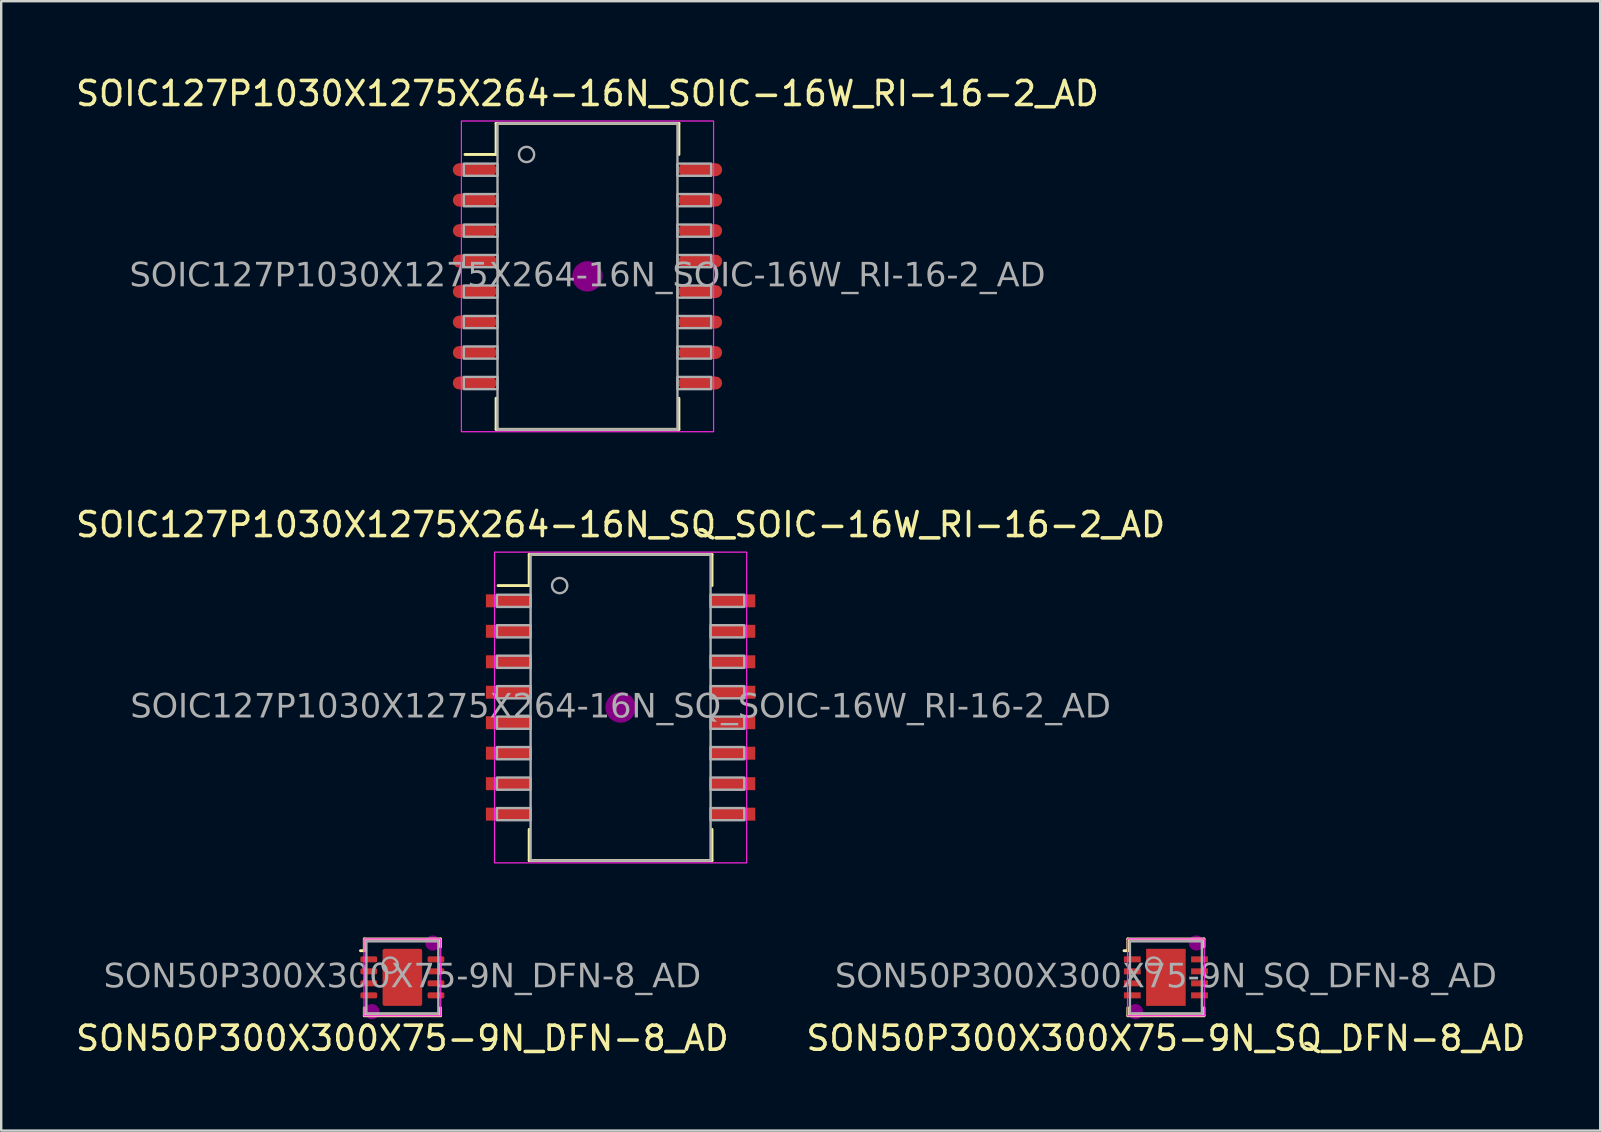
<source format=kicad_pcb>
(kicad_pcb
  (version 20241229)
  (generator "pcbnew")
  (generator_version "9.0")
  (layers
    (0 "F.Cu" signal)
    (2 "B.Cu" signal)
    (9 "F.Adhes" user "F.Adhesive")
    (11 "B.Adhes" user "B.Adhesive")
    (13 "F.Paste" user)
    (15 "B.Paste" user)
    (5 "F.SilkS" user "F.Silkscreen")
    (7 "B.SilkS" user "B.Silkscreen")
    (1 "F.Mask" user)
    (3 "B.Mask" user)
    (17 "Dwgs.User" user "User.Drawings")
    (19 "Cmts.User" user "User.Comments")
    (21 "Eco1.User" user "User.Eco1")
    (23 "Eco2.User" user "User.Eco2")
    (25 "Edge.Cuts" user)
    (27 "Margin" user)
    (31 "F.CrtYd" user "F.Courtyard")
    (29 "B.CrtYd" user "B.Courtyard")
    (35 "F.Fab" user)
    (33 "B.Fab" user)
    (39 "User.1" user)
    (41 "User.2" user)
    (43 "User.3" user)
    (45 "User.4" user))
  (footprint "SOIC127P1030X1275X264-16N_SQ_SOIC-16W_RI-16-2_AD"
    (layer "F.Cu")
    (at 22.815 26.436)
    (property "Reference" "SOIC127P1030X1275X264-16N_SQ_SOIC-16W_RI-16-2_AD" (at 0 -7.62 0) (layer "F.SilkS") (effects (font (size 1 1) (thickness 0.15))))
    (attr smd)
    (fp_line (start -3.81 -5.08) (end -5.105 -5.08) (stroke (width 0.12) (type solid)) (layer "F.SilkS"))
    (fp_line (start -3.81 -5.08) (end -3.81 -6.375) (stroke (width 0.12) (type solid)) (layer "F.SilkS"))
    (fp_line (start -3.81 5.08) (end -3.81 6.375) (stroke (width 0.12) (type solid)) (layer "F.SilkS"))
    (fp_line (start 3.81 -6.375) (end -3.81 -6.375) (stroke (width 0.12) (type solid)) (layer "F.SilkS"))
    (fp_line (start 3.81 -5.08) (end 3.81 -6.375) (stroke (width 0.12) (type solid)) (layer "F.SilkS"))
    (fp_line (start 3.81 5.08) (end 3.81 6.375) (stroke (width 0.12) (type solid)) (layer "F.SilkS"))
    (fp_line (start 3.81 6.375) (end -3.81 6.375) (stroke (width 0.12) (type solid)) (layer "F.SilkS"))
    (fp_circle (center 0 0) (end 0.635 0) (stroke (width 0) (type solid)) (fill yes) (layer "F.Adhes"))
    (fp_rect (start -5.255 -6.475) (end 5.255 6.475) (stroke (width 0.05) (type default)) (fill no) (layer "F.CrtYd"))
    (fp_rect (start -5.155 -4.699) (end -3.75 -4.191) (stroke (width 0.1) (type solid)) (fill no) (layer "F.Fab"))
    (fp_rect (start -5.155 -3.429) (end -3.75 -2.921) (stroke (width 0.1) (type solid)) (fill no) (layer "F.Fab"))
    (fp_rect (start -5.155 -2.159) (end -3.75 -1.651) (stroke (width 0.1) (type solid)) (fill no) (layer "F.Fab"))
    (fp_rect (start -5.155 -0.889) (end -3.75 -0.381) (stroke (width 0.1) (type solid)) (fill no) (layer "F.Fab"))
    (fp_rect (start -5.155 0.381) (end -3.75 0.889) (stroke (width 0.1) (type solid)) (fill no) (layer "F.Fab"))
    (fp_rect (start -5.155 1.651) (end -3.75 2.159) (stroke (width 0.1) (type solid)) (fill no) (layer "F.Fab"))
    (fp_rect (start -5.155 2.921) (end -3.75 3.429) (stroke (width 0.1) (type solid)) (fill no) (layer "F.Fab"))
    (fp_rect (start -5.155 4.191) (end -3.75 4.699) (stroke (width 0.1) (type solid)) (fill no) (layer "F.Fab"))
    (fp_rect (start -3.75 -6.375) (end 3.75 6.375) (stroke (width 0.1) (type default)) (fill no) (layer "F.Fab"))
    (fp_rect (start 3.75 -4.191) (end 5.155 -4.699) (stroke (width 0.1) (type solid)) (fill no) (layer "F.Fab"))
    (fp_rect (start 3.75 -2.921) (end 5.155 -3.429) (stroke (width 0.1) (type solid)) (fill no) (layer "F.Fab"))
    (fp_rect (start 3.75 -1.651) (end 5.155 -2.159) (stroke (width 0.1) (type solid)) (fill no) (layer "F.Fab"))
    (fp_rect (start 3.75 -0.381) (end 5.155 -0.889) (stroke (width 0.1) (type solid)) (fill no) (layer "F.Fab"))
    (fp_rect (start 3.75 0.889) (end 5.155 0.381) (stroke (width 0.1) (type solid)) (fill no) (layer "F.Fab"))
    (fp_rect (start 3.75 2.159) (end 5.155 1.651) (stroke (width 0.1) (type solid)) (fill no) (layer "F.Fab"))
    (fp_rect (start 3.75 3.429) (end 5.155 2.921) (stroke (width 0.1) (type solid)) (fill no) (layer "F.Fab"))
    (fp_rect (start 3.75 4.699) (end 5.155 4.191) (stroke (width 0.1) (type solid)) (fill no) (layer "F.Fab"))
    (fp_circle (center -2.54 -5.08) (end -2.223 -5.08) (stroke (width 0.1) (type solid)) (fill no) (layer "F.Fab"))
    (fp_text user "${REFERENCE}" (at 0 0 0) (layer "F.Fab") (effects (font (face "Tahoma") (size 1 1) (thickness 0.15))))
    (pad "1" smd rect (at -4.699 -4.445) (size 1.829 0.54) (layers "F.Cu" "F.Mask" "F.Paste"))
    (pad "2" smd rect (at -4.699 -3.175) (size 1.829 0.54) (layers "F.Cu" "F.Mask" "F.Paste"))
    (pad "3" smd rect (at -4.699 -1.905) (size 1.829 0.54) (layers "F.Cu" "F.Mask" "F.Paste"))
    (pad "4" smd rect (at -4.699 -0.635) (size 1.829 0.54) (layers "F.Cu" "F.Mask" "F.Paste"))
    (pad "5" smd rect (at -4.699 0.635) (size 1.829 0.54) (layers "F.Cu" "F.Mask" "F.Paste"))
    (pad "6" smd rect (at -4.699 1.905) (size 1.829 0.54) (layers "F.Cu" "F.Mask" "F.Paste"))
    (pad "7" smd rect (at -4.699 3.175) (size 1.829 0.54) (layers "F.Cu" "F.Mask" "F.Paste"))
    (pad "8" smd rect (at -4.699 4.445) (size 1.829 0.54) (layers "F.Cu" "F.Mask" "F.Paste"))
    (pad "9" smd rect (at 4.699 4.445) (size 1.829 0.54) (layers "F.Cu" "F.Mask" "F.Paste"))
    (pad "10" smd rect (at 4.699 3.175) (size 1.829 0.54) (layers "F.Cu" "F.Mask" "F.Paste"))
    (pad "11" smd rect (at 4.699 1.905) (size 1.829 0.54) (layers "F.Cu" "F.Mask" "F.Paste"))
    (pad "12" smd rect (at 4.699 0.635) (size 1.829 0.54) (layers "F.Cu" "F.Mask" "F.Paste"))
    (pad "13" smd rect (at 4.699 -0.635) (size 1.829 0.54) (layers "F.Cu" "F.Mask" "F.Paste"))
    (pad "14" smd rect (at 4.699 -1.905) (size 1.829 0.54) (layers "F.Cu" "F.Mask" "F.Paste"))
    (pad "15" smd rect (at 4.699 -3.175) (size 1.829 0.54) (layers "F.Cu" "F.Mask" "F.Paste"))
    (pad "16" smd rect (at 4.699 -4.445) (size 1.829 0.54) (layers "F.Cu" "F.Mask" "F.Paste")))
  (footprint "SON50P300X300X75-9N_DFN-8_AD"
    (layer "F.Cu")
    (at 13.72 37.683)
    (property "Reference" "SON50P300X300X75-9N_DFN-8_AD" (at 0 2.54 0) (layer "F.SilkS") (effects (font (size 1 1) (thickness 0.15))))
    (attr smd)
    (fp_line (start -1.746 -1.111) (end -1.587 -1.111) (stroke (width 0.12) (type solid)) (layer "F.SilkS"))
    (fp_line (start -1.587 -1.6) (end -1.587 -1.111) (stroke (width 0.12) (type solid)) (layer "F.SilkS"))
    (fp_line (start -1.587 1.6) (end -1.587 1.27) (stroke (width 0.12) (type solid)) (layer "F.SilkS"))
    (fp_line (start -1.587 1.6) (end 1.587 1.6) (stroke (width 0.12) (type solid)) (layer "F.SilkS"))
    (fp_line (start 1.587 -1.6) (end -1.587 -1.6) (stroke (width 0.12) (type solid)) (layer "F.SilkS"))
    (fp_line (start 1.587 -1.6) (end 1.588 -1.27) (stroke (width 0.12) (type solid)) (layer "F.SilkS"))
    (fp_line (start 1.587 1.6) (end 1.587 1.27) (stroke (width 0.12) (type solid)) (layer "F.SilkS"))
    (fp_circle (center -1.27 1.429) (end -0.953 1.429) (stroke (width 0) (type solid)) (fill yes) (layer "F.Adhes"))
    (fp_circle (center 1.27 -1.429) (end 1.587 -1.429) (stroke (width 0) (type solid)) (fill yes) (layer "F.Adhes"))
    (fp_rect (start -1.6 -1.6) (end 1.6 1.6) (stroke (width 0.05) (type default)) (fill no) (layer "F.CrtYd"))
    (fp_rect (start -1.5 -1.5) (end 1.5 1.5) (stroke (width 0.1) (type default)) (fill no) (layer "F.Fab"))
    (fp_circle (center -0.508 -0.508) (end -0.191 -0.508) (stroke (width 0.1) (type solid)) (fill no) (layer "F.Fab"))
    (fp_text user "${REFERENCE}" (at 0 0 0) (layer "F.Fab") (effects (font (face "Tahoma") (size 1 1) (thickness 0.15))))
    (pad "1" smd roundrect (at -1.4 -0.75) (size 0.7 0.25) (layers "F.Cu" "F.Mask" "F.Paste") (roundrect_rratio 0.25))
    (pad "2" smd roundrect (at -1.4 -0.25) (size 0.7 0.25) (layers "F.Cu" "F.Mask" "F.Paste") (roundrect_rratio 0.25))
    (pad "3" smd roundrect (at -1.4 0.25) (size 0.7 0.25) (layers "F.Cu" "F.Mask" "F.Paste") (roundrect_rratio 0.25))
    (pad "4" smd roundrect (at -1.4 0.75) (size 0.7 0.25) (layers "F.Cu" "F.Mask" "F.Paste") (roundrect_rratio 0.25))
    (pad "5" smd roundrect (at 1.4 0.75) (size 0.7 0.25) (layers "F.Cu" "F.Mask" "F.Paste") (roundrect_rratio 0.25))
    (pad "6" smd roundrect (at 1.4 0.25) (size 0.7 0.25) (layers "F.Cu" "F.Mask" "F.Paste") (roundrect_rratio 0.25))
    (pad "7" smd roundrect (at 1.4 -0.25) (size 0.7 0.25) (layers "F.Cu" "F.Mask" "F.Paste") (roundrect_rratio 0.25))
    (pad "8" smd roundrect (at 1.4 -0.75) (size 0.7 0.25) (layers "F.Cu" "F.Mask" "F.Paste") (roundrect_rratio 0.25))
    (pad "9" smd roundrect (at 0 0) (size 1.65 2.38) (property pad_prop_heatsink) (layers "F.Cu" "F.Mask" "F.Paste") (roundrect_rratio 0.05)))
  (footprint "SON50P300X300X75-9N_SQ_DFN-8_AD"
    (layer "F.Cu")
    (at 45.542 37.683)
    (property "Reference" "SON50P300X300X75-9N_SQ_DFN-8_AD" (at 0 2.54 0) (layer "F.SilkS") (effects (font (size 1 1) (thickness 0.15))))
    (attr smd)
    (fp_line (start -1.746 -1.111) (end -1.587 -1.111) (stroke (width 0.12) (type solid)) (layer "F.SilkS"))
    (fp_line (start -1.587 -1.6) (end -1.587 -1.111) (stroke (width 0.12) (type solid)) (layer "F.SilkS"))
    (fp_line (start -1.587 1.6) (end -1.587 1.27) (stroke (width 0.12) (type solid)) (layer "F.SilkS"))
    (fp_line (start -1.587 1.6) (end 1.587 1.6) (stroke (width 0.12) (type solid)) (layer "F.SilkS"))
    (fp_line (start 1.587 -1.6) (end -1.587 -1.6) (stroke (width 0.12) (type solid)) (layer "F.SilkS"))
    (fp_line (start 1.587 -1.6) (end 1.588 -1.27) (stroke (width 0.12) (type solid)) (layer "F.SilkS"))
    (fp_line (start 1.587 1.6) (end 1.587 1.27) (stroke (width 0.12) (type solid)) (layer "F.SilkS"))
    (fp_circle (center -1.27 1.429) (end -0.953 1.429) (stroke (width 0) (type solid)) (fill yes) (layer "F.Adhes"))
    (fp_circle (center 1.27 -1.429) (end 1.587 -1.429) (stroke (width 0) (type solid)) (fill yes) (layer "F.Adhes"))
    (fp_rect (start -1.6 -1.6) (end 1.6 1.6) (stroke (width 0.05) (type default)) (fill no) (layer "F.CrtYd"))
    (fp_rect (start -1.5 -1.5) (end 1.5 1.5) (stroke (width 0.1) (type default)) (fill no) (layer "F.Fab"))
    (fp_circle (center -0.508 -0.508) (end -0.191 -0.508) (stroke (width 0.1) (type solid)) (fill no) (layer "F.Fab"))
    (fp_text user "${REFERENCE}" (at 0 0 0) (layer "F.Fab") (effects (font (face "Tahoma") (size 1 1) (thickness 0.15))))
    (pad "1" smd rect (at -1.4 -0.75) (size 0.7 0.25) (layers "F.Cu" "F.Mask" "F.Paste"))
    (pad "2" smd rect (at -1.4 -0.25) (size 0.7 0.25) (layers "F.Cu" "F.Mask" "F.Paste"))
    (pad "3" smd rect (at -1.4 0.25) (size 0.7 0.25) (layers "F.Cu" "F.Mask" "F.Paste"))
    (pad "4" smd rect (at -1.4 0.75) (size 0.7 0.25) (layers "F.Cu" "F.Mask" "F.Paste"))
    (pad "5" smd rect (at 1.4 0.75) (size 0.7 0.25) (layers "F.Cu" "F.Mask" "F.Paste"))
    (pad "6" smd rect (at 1.4 0.25) (size 0.7 0.25) (layers "F.Cu" "F.Mask" "F.Paste"))
    (pad "7" smd rect (at 1.4 -0.25) (size 0.7 0.25) (layers "F.Cu" "F.Mask" "F.Paste"))
    (pad "8" smd rect (at 1.4 -0.75) (size 0.7 0.25) (layers "F.Cu" "F.Mask" "F.Paste"))
    (pad "9" smd rect (at 0 0) (size 1.65 2.38) (property pad_prop_heatsink) (layers "F.Cu" "F.Mask" "F.Paste")))
  (footprint "SOIC127P1030X1275X264-16N_SOIC-16W_RI-16-2_AD"
    (layer "F.Cu")
    (at 21.435 8.468)
    (property "Reference" "SOIC127P1030X1275X264-16N_SOIC-16W_RI-16-2_AD" (at 0 -7.62 0) (layer "F.SilkS") (effects (font (size 1 1) (thickness 0.15))))
    (attr smd)
    (fp_line (start -3.81 -5.08) (end -5.105 -5.08) (stroke (width 0.12) (type solid)) (layer "F.SilkS"))
    (fp_line (start -3.81 -5.08) (end -3.81 -6.375) (stroke (width 0.12) (type solid)) (layer "F.SilkS"))
    (fp_line (start -3.81 5.08) (end -3.81 6.375) (stroke (width 0.12) (type solid)) (layer "F.SilkS"))
    (fp_line (start 3.81 -6.375) (end -3.81 -6.375) (stroke (width 0.12) (type solid)) (layer "F.SilkS"))
    (fp_line (start 3.81 -5.08) (end 3.81 -6.375) (stroke (width 0.12) (type solid)) (layer "F.SilkS"))
    (fp_line (start 3.81 5.08) (end 3.81 6.375) (stroke (width 0.12) (type solid)) (layer "F.SilkS"))
    (fp_line (start 3.81 6.375) (end -3.81 6.375) (stroke (width 0.12) (type solid)) (layer "F.SilkS"))
    (fp_circle (center 0 0) (end 0.635 0) (stroke (width 0) (type solid)) (fill yes) (layer "F.Adhes"))
    (fp_rect (start -5.255 -6.475) (end 5.255 6.475) (stroke (width 0.05) (type default)) (fill no) (layer "F.CrtYd"))
    (fp_rect (start -5.155 -4.699) (end -3.75 -4.191) (stroke (width 0.1) (type solid)) (fill no) (layer "F.Fab"))
    (fp_rect (start -5.155 -3.429) (end -3.75 -2.921) (stroke (width 0.1) (type solid)) (fill no) (layer "F.Fab"))
    (fp_rect (start -5.155 -2.159) (end -3.75 -1.651) (stroke (width 0.1) (type solid)) (fill no) (layer "F.Fab"))
    (fp_rect (start -5.155 -0.889) (end -3.75 -0.381) (stroke (width 0.1) (type solid)) (fill no) (layer "F.Fab"))
    (fp_rect (start -5.155 0.381) (end -3.75 0.889) (stroke (width 0.1) (type solid)) (fill no) (layer "F.Fab"))
    (fp_rect (start -5.155 1.651) (end -3.75 2.159) (stroke (width 0.1) (type solid)) (fill no) (layer "F.Fab"))
    (fp_rect (start -5.155 2.921) (end -3.75 3.429) (stroke (width 0.1) (type solid)) (fill no) (layer "F.Fab"))
    (fp_rect (start -5.155 4.191) (end -3.75 4.699) (stroke (width 0.1) (type solid)) (fill no) (layer "F.Fab"))
    (fp_rect (start -3.75 -6.375) (end 3.75 6.375) (stroke (width 0.1) (type default)) (fill no) (layer "F.Fab"))
    (fp_rect (start 3.75 -4.191) (end 5.155 -4.699) (stroke (width 0.1) (type solid)) (fill no) (layer "F.Fab"))
    (fp_rect (start 3.75 -2.921) (end 5.155 -3.429) (stroke (width 0.1) (type solid)) (fill no) (layer "F.Fab"))
    (fp_rect (start 3.75 -1.651) (end 5.155 -2.159) (stroke (width 0.1) (type solid)) (fill no) (layer "F.Fab"))
    (fp_rect (start 3.75 -0.381) (end 5.155 -0.889) (stroke (width 0.1) (type solid)) (fill no) (layer "F.Fab"))
    (fp_rect (start 3.75 0.889) (end 5.155 0.381) (stroke (width 0.1) (type solid)) (fill no) (layer "F.Fab"))
    (fp_rect (start 3.75 2.159) (end 5.155 1.651) (stroke (width 0.1) (type solid)) (fill no) (layer "F.Fab"))
    (fp_rect (start 3.75 3.429) (end 5.155 2.921) (stroke (width 0.1) (type solid)) (fill no) (layer "F.Fab"))
    (fp_rect (start 3.75 4.699) (end 5.155 4.191) (stroke (width 0.1) (type solid)) (fill no) (layer "F.Fab"))
    (fp_circle (center -2.54 -5.08) (end -2.223 -5.08) (stroke (width 0.1) (type solid)) (fill no) (layer "F.Fab"))
    (fp_text user "${REFERENCE}" (at 0 0 0) (layer "F.Fab") (effects (font (face "Tahoma") (size 1 1) (thickness 0.15))))
    (pad "1" smd roundrect (at -4.699 -4.445) (size 1.829 0.54) (layers "F.Cu" "F.Mask" "F.Paste") (roundrect_rratio 0.5))
    (pad "2" smd roundrect (at -4.699 -3.175) (size 1.829 0.54) (layers "F.Cu" "F.Mask" "F.Paste") (roundrect_rratio 0.5))
    (pad "3" smd roundrect (at -4.699 -1.905) (size 1.829 0.54) (layers "F.Cu" "F.Mask" "F.Paste") (roundrect_rratio 0.5))
    (pad "4" smd roundrect (at -4.699 -0.635) (size 1.829 0.54) (layers "F.Cu" "F.Mask" "F.Paste") (roundrect_rratio 0.5))
    (pad "5" smd roundrect (at -4.699 0.635) (size 1.829 0.54) (layers "F.Cu" "F.Mask" "F.Paste") (roundrect_rratio 0.5))
    (pad "6" smd roundrect (at -4.699 1.905) (size 1.829 0.54) (layers "F.Cu" "F.Mask" "F.Paste") (roundrect_rratio 0.5))
    (pad "7" smd roundrect (at -4.699 3.175) (size 1.829 0.54) (layers "F.Cu" "F.Mask" "F.Paste") (roundrect_rratio 0.5))
    (pad "8" smd roundrect (at -4.699 4.445) (size 1.829 0.54) (layers "F.Cu" "F.Mask" "F.Paste") (roundrect_rratio 0.5))
    (pad "9" smd roundrect (at 4.699 4.445) (size 1.829 0.54) (layers "F.Cu" "F.Mask" "F.Paste") (roundrect_rratio 0.5))
    (pad "10" smd roundrect (at 4.699 3.175) (size 1.829 0.54) (layers "F.Cu" "F.Mask" "F.Paste") (roundrect_rratio 0.5))
    (pad "11" smd roundrect (at 4.699 1.905) (size 1.829 0.54) (layers "F.Cu" "F.Mask" "F.Paste") (roundrect_rratio 0.5))
    (pad "12" smd roundrect (at 4.699 0.635) (size 1.829 0.54) (layers "F.Cu" "F.Mask" "F.Paste") (roundrect_rratio 0.5))
    (pad "13" smd roundrect (at 4.699 -0.635) (size 1.829 0.54) (layers "F.Cu" "F.Mask" "F.Paste") (roundrect_rratio 0.5))
    (pad "14" smd roundrect (at 4.699 -1.905) (size 1.829 0.54) (layers "F.Cu" "F.Mask" "F.Paste") (roundrect_rratio 0.5))
    (pad "15" smd roundrect (at 4.699 -3.175) (size 1.829 0.54) (layers "F.Cu" "F.Mask" "F.Paste") (roundrect_rratio 0.5))
    (pad "16" smd roundrect (at 4.699 -4.445) (size 1.829 0.54) (layers "F.Cu" "F.Mask" "F.Paste") (roundrect_rratio 0.5)))
  (gr_rect
    (start -3 -3)
    (end 63.643 44.071)
    (stroke (width 0.1) (type default))
    (fill no)
    (layer "Edge.Cuts")))
</source>
